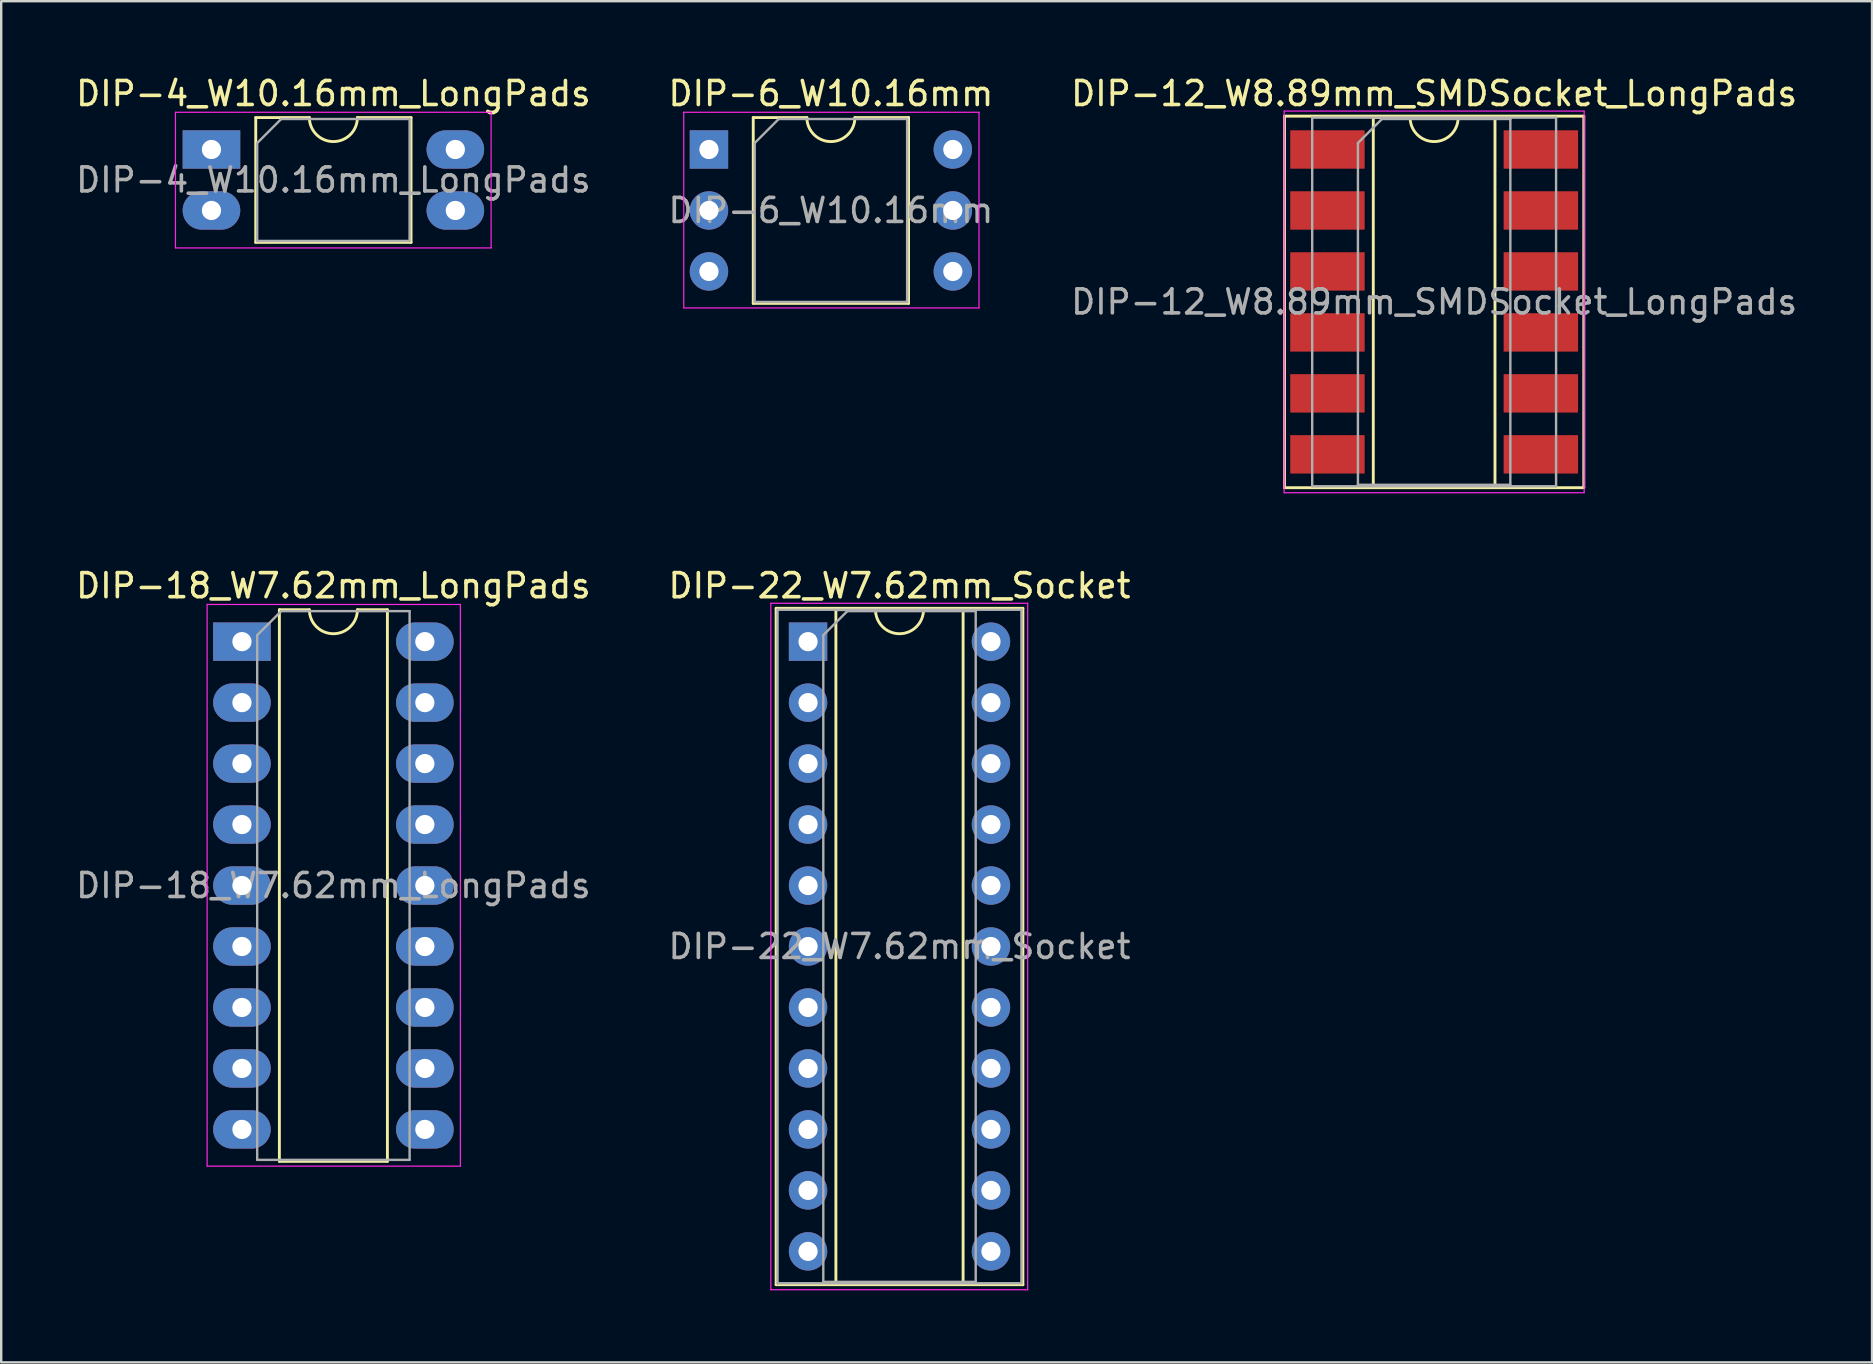
<source format=kicad_pcb>
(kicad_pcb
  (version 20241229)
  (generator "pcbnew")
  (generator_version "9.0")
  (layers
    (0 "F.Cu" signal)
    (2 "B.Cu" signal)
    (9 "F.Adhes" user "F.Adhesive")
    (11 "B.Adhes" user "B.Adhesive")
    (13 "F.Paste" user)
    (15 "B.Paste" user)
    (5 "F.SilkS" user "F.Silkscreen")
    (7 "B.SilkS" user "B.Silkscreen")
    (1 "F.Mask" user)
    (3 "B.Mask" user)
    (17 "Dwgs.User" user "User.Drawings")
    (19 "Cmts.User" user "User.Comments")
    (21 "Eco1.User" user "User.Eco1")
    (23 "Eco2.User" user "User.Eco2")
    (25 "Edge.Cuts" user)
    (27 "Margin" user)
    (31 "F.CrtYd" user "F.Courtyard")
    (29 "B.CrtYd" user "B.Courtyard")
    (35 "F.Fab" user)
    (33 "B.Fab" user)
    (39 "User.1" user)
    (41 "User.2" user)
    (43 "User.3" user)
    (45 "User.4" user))
  (footprint "DIP-12_W8.89mm_SMDSocket_LongPads"
    (layer "F.Cu")
    (at 56.696 9.528)
    (property "Reference" "DIP-12_W8.89mm_SMDSocket_LongPads" (at 0 -8.68 0) (layer "F.SilkS") (effects (font (size 1 1) (thickness 0.15))))
    (attr smd)
    (fp_line (start -6.235 -7.74) (end -6.235 7.74) (stroke (width 0.12) (type solid)) (layer "F.SilkS"))
    (fp_line (start -6.235 7.74) (end 6.235 7.74) (stroke (width 0.12) (type solid)) (layer "F.SilkS"))
    (fp_line (start -2.535 -7.68) (end -2.535 7.68) (stroke (width 0.12) (type solid)) (layer "F.SilkS"))
    (fp_line (start -2.535 7.68) (end 2.535 7.68) (stroke (width 0.12) (type solid)) (layer "F.SilkS"))
    (fp_line (start -1 -7.68) (end -2.535 -7.68) (stroke (width 0.12) (type solid)) (layer "F.SilkS"))
    (fp_line (start 2.535 -7.68) (end 1 -7.68) (stroke (width 0.12) (type solid)) (layer "F.SilkS"))
    (fp_line (start 2.535 7.68) (end 2.535 -7.68) (stroke (width 0.12) (type solid)) (layer "F.SilkS"))
    (fp_line (start 6.235 -7.74) (end -6.235 -7.74) (stroke (width 0.12) (type solid)) (layer "F.SilkS"))
    (fp_line (start 6.235 7.74) (end 6.235 -7.74) (stroke (width 0.12) (type solid)) (layer "F.SilkS"))
    (fp_arc (start 1 -7.68) (mid 0 -6.68) (end -1 -7.68) (stroke (width 0.12) (type solid)) (layer "F.SilkS"))
    (fp_line (start -6.25 -7.95) (end -6.25 7.95) (stroke (width 0.05) (type solid)) (layer "F.CrtYd"))
    (fp_line (start -6.25 7.95) (end 6.25 7.95) (stroke (width 0.05) (type solid)) (layer "F.CrtYd"))
    (fp_line (start 6.25 -7.95) (end -6.25 -7.95) (stroke (width 0.05) (type solid)) (layer "F.CrtYd"))
    (fp_line (start 6.25 7.95) (end 6.25 -7.95) (stroke (width 0.05) (type solid)) (layer "F.CrtYd"))
    (fp_line (start -5.08 -7.68) (end -5.08 7.68) (stroke (width 0.1) (type solid)) (layer "F.Fab"))
    (fp_line (start -5.08 7.68) (end 5.08 7.68) (stroke (width 0.1) (type solid)) (layer "F.Fab"))
    (fp_line (start -3.175 -6.62) (end -2.175 -7.62) (stroke (width 0.1) (type solid)) (layer "F.Fab"))
    (fp_line (start -3.175 7.62) (end -3.175 -6.62) (stroke (width 0.1) (type solid)) (layer "F.Fab"))
    (fp_line (start -2.175 -7.62) (end 3.175 -7.62) (stroke (width 0.1) (type solid)) (layer "F.Fab"))
    (fp_line (start 3.175 -7.62) (end 3.175 7.62) (stroke (width 0.1) (type solid)) (layer "F.Fab"))
    (fp_line (start 3.175 7.62) (end -3.175 7.62) (stroke (width 0.1) (type solid)) (layer "F.Fab"))
    (fp_line (start 5.08 -7.68) (end -5.08 -7.68) (stroke (width 0.1) (type solid)) (layer "F.Fab"))
    (fp_line (start 5.08 7.68) (end 5.08 -7.68) (stroke (width 0.1) (type solid)) (layer "F.Fab"))
    (fp_text user "${REFERENCE}" (at 0 0 0) (layer "F.Fab") (effects (font (size 1 1) (thickness 0.15))))
    (pad "1" smd rect (at -4.445 -6.35) (size 3.1 1.6) (layers "F.Cu" "F.Mask" "F.Paste"))
    (pad "2" smd rect (at -4.445 -3.81) (size 3.1 1.6) (layers "F.Cu" "F.Mask" "F.Paste"))
    (pad "3" smd rect (at -4.445 -1.27) (size 3.1 1.6) (layers "F.Cu" "F.Mask" "F.Paste"))
    (pad "4" smd rect (at -4.445 1.27) (size 3.1 1.6) (layers "F.Cu" "F.Mask" "F.Paste"))
    (pad "5" smd rect (at -4.445 3.81) (size 3.1 1.6) (layers "F.Cu" "F.Mask" "F.Paste"))
    (pad "6" smd rect (at -4.445 6.35) (size 3.1 1.6) (layers "F.Cu" "F.Mask" "F.Paste"))
    (pad "7" smd rect (at 4.445 6.35) (size 3.1 1.6) (layers "F.Cu" "F.Mask" "F.Paste"))
    (pad "8" smd rect (at 4.445 3.81) (size 3.1 1.6) (layers "F.Cu" "F.Mask" "F.Paste"))
    (pad "9" smd rect (at 4.445 1.27) (size 3.1 1.6) (layers "F.Cu" "F.Mask" "F.Paste"))
    (pad "10" smd rect (at 4.445 -1.27) (size 3.1 1.6) (layers "F.Cu" "F.Mask" "F.Paste"))
    (pad "11" smd rect (at 4.445 -3.81) (size 3.1 1.6) (layers "F.Cu" "F.Mask" "F.Paste"))
    (pad "12" smd rect (at 4.445 -6.35) (size 3.1 1.6) (layers "F.Cu" "F.Mask" "F.Paste")))
  (footprint "DIP-22_W7.62mm_Socket"
    (layer "F.Cu")
    (at 30.613 23.681)
    (property "Reference" "DIP-22_W7.62mm_Socket" (at 3.81 -2.33 0) (layer "F.SilkS") (effects (font (size 1 1) (thickness 0.15))))
    (attr through_hole)
    (fp_line (start -1.33 -1.39) (end -1.33 26.79) (stroke (width 0.12) (type solid)) (layer "F.SilkS"))
    (fp_line (start -1.33 26.79) (end 8.95 26.79) (stroke (width 0.12) (type solid)) (layer "F.SilkS"))
    (fp_line (start 1.16 -1.33) (end 1.16 26.73) (stroke (width 0.12) (type solid)) (layer "F.SilkS"))
    (fp_line (start 1.16 26.73) (end 6.46 26.73) (stroke (width 0.12) (type solid)) (layer "F.SilkS"))
    (fp_line (start 2.81 -1.33) (end 1.16 -1.33) (stroke (width 0.12) (type solid)) (layer "F.SilkS"))
    (fp_line (start 6.46 -1.33) (end 4.81 -1.33) (stroke (width 0.12) (type solid)) (layer "F.SilkS"))
    (fp_line (start 6.46 26.73) (end 6.46 -1.33) (stroke (width 0.12) (type solid)) (layer "F.SilkS"))
    (fp_line (start 8.95 -1.39) (end -1.33 -1.39) (stroke (width 0.12) (type solid)) (layer "F.SilkS"))
    (fp_line (start 8.95 26.79) (end 8.95 -1.39) (stroke (width 0.12) (type solid)) (layer "F.SilkS"))
    (fp_arc (start 4.81 -1.33) (mid 3.81 -0.33) (end 2.81 -1.33) (stroke (width 0.12) (type solid)) (layer "F.SilkS"))
    (fp_line (start -1.55 -1.6) (end -1.55 27) (stroke (width 0.05) (type solid)) (layer "F.CrtYd"))
    (fp_line (start -1.55 27) (end 9.15 27) (stroke (width 0.05) (type solid)) (layer "F.CrtYd"))
    (fp_line (start 9.15 -1.6) (end -1.55 -1.6) (stroke (width 0.05) (type solid)) (layer "F.CrtYd"))
    (fp_line (start 9.15 27) (end 9.15 -1.6) (stroke (width 0.05) (type solid)) (layer "F.CrtYd"))
    (fp_line (start -1.27 -1.33) (end -1.27 26.73) (stroke (width 0.1) (type solid)) (layer "F.Fab"))
    (fp_line (start -1.27 26.73) (end 8.89 26.73) (stroke (width 0.1) (type solid)) (layer "F.Fab"))
    (fp_line (start 0.635 -0.27) (end 1.635 -1.27) (stroke (width 0.1) (type solid)) (layer "F.Fab"))
    (fp_line (start 0.635 26.67) (end 0.635 -0.27) (stroke (width 0.1) (type solid)) (layer "F.Fab"))
    (fp_line (start 1.635 -1.27) (end 6.985 -1.27) (stroke (width 0.1) (type solid)) (layer "F.Fab"))
    (fp_line (start 6.985 -1.27) (end 6.985 26.67) (stroke (width 0.1) (type solid)) (layer "F.Fab"))
    (fp_line (start 6.985 26.67) (end 0.635 26.67) (stroke (width 0.1) (type solid)) (layer "F.Fab"))
    (fp_line (start 8.89 -1.33) (end -1.27 -1.33) (stroke (width 0.1) (type solid)) (layer "F.Fab"))
    (fp_line (start 8.89 26.73) (end 8.89 -1.33) (stroke (width 0.1) (type solid)) (layer "F.Fab"))
    (fp_text user "${REFERENCE}" (at 3.81 12.7 0) (layer "F.Fab") (effects (font (size 1 1) (thickness 0.15))))
    (pad "1" thru_hole rect (at 0 0) (size 1.6 1.6) (drill 0.8) (layers "*.Cu" "*.Mask"))
    (pad "2" thru_hole oval (at 0 2.54) (size 1.6 1.6) (drill 0.8) (layers "*.Cu" "*.Mask"))
    (pad "3" thru_hole oval (at 0 5.08) (size 1.6 1.6) (drill 0.8) (layers "*.Cu" "*.Mask"))
    (pad "4" thru_hole oval (at 0 7.62) (size 1.6 1.6) (drill 0.8) (layers "*.Cu" "*.Mask"))
    (pad "5" thru_hole oval (at 0 10.16) (size 1.6 1.6) (drill 0.8) (layers "*.Cu" "*.Mask"))
    (pad "6" thru_hole oval (at 0 12.7) (size 1.6 1.6) (drill 0.8) (layers "*.Cu" "*.Mask"))
    (pad "7" thru_hole oval (at 0 15.24) (size 1.6 1.6) (drill 0.8) (layers "*.Cu" "*.Mask"))
    (pad "8" thru_hole oval (at 0 17.78) (size 1.6 1.6) (drill 0.8) (layers "*.Cu" "*.Mask"))
    (pad "9" thru_hole oval (at 0 20.32) (size 1.6 1.6) (drill 0.8) (layers "*.Cu" "*.Mask"))
    (pad "10" thru_hole oval (at 0 22.86) (size 1.6 1.6) (drill 0.8) (layers "*.Cu" "*.Mask"))
    (pad "11" thru_hole oval (at 0 25.4) (size 1.6 1.6) (drill 0.8) (layers "*.Cu" "*.Mask"))
    (pad "12" thru_hole oval (at 7.62 25.4) (size 1.6 1.6) (drill 0.8) (layers "*.Cu" "*.Mask"))
    (pad "13" thru_hole oval (at 7.62 22.86) (size 1.6 1.6) (drill 0.8) (layers "*.Cu" "*.Mask"))
    (pad "14" thru_hole oval (at 7.62 20.32) (size 1.6 1.6) (drill 0.8) (layers "*.Cu" "*.Mask"))
    (pad "15" thru_hole oval (at 7.62 17.78) (size 1.6 1.6) (drill 0.8) (layers "*.Cu" "*.Mask"))
    (pad "16" thru_hole oval (at 7.62 15.24) (size 1.6 1.6) (drill 0.8) (layers "*.Cu" "*.Mask"))
    (pad "17" thru_hole oval (at 7.62 12.7) (size 1.6 1.6) (drill 0.8) (layers "*.Cu" "*.Mask"))
    (pad "18" thru_hole oval (at 7.62 10.16) (size 1.6 1.6) (drill 0.8) (layers "*.Cu" "*.Mask"))
    (pad "19" thru_hole oval (at 7.62 7.62) (size 1.6 1.6) (drill 0.8) (layers "*.Cu" "*.Mask"))
    (pad "20" thru_hole oval (at 7.62 5.08) (size 1.6 1.6) (drill 0.8) (layers "*.Cu" "*.Mask"))
    (pad "21" thru_hole oval (at 7.62 2.54) (size 1.6 1.6) (drill 0.8) (layers "*.Cu" "*.Mask"))
    (pad "22" thru_hole oval (at 7.62 0) (size 1.6 1.6) (drill 0.8) (layers "*.Cu" "*.Mask")))
  (footprint "DIP-6_W10.16mm"
    (layer "F.Cu")
    (at 26.485 3.178)
    (property "Reference" "DIP-6_W10.16mm" (at 5.08 -2.33 0) (layer "F.SilkS") (effects (font (size 1 1) (thickness 0.15))))
    (attr through_hole)
    (fp_line (start 1.845 -1.33) (end 1.845 6.41) (stroke (width 0.12) (type solid)) (layer "F.SilkS"))
    (fp_line (start 1.845 6.41) (end 8.315 6.41) (stroke (width 0.12) (type solid)) (layer "F.SilkS"))
    (fp_line (start 4.08 -1.33) (end 1.845 -1.33) (stroke (width 0.12) (type solid)) (layer "F.SilkS"))
    (fp_line (start 8.315 -1.33) (end 6.08 -1.33) (stroke (width 0.12) (type solid)) (layer "F.SilkS"))
    (fp_line (start 8.315 6.41) (end 8.315 -1.33) (stroke (width 0.12) (type solid)) (layer "F.SilkS"))
    (fp_arc (start 6.08 -1.33) (mid 5.08 -0.33) (end 4.08 -1.33) (stroke (width 0.12) (type solid)) (layer "F.SilkS"))
    (fp_line (start -1.05 -1.55) (end -1.05 6.6) (stroke (width 0.05) (type solid)) (layer "F.CrtYd"))
    (fp_line (start -1.05 6.6) (end 11.25 6.6) (stroke (width 0.05) (type solid)) (layer "F.CrtYd"))
    (fp_line (start 11.25 -1.55) (end -1.05 -1.55) (stroke (width 0.05) (type solid)) (layer "F.CrtYd"))
    (fp_line (start 11.25 6.6) (end 11.25 -1.55) (stroke (width 0.05) (type solid)) (layer "F.CrtYd"))
    (fp_line (start 1.905 -0.27) (end 2.905 -1.27) (stroke (width 0.1) (type solid)) (layer "F.Fab"))
    (fp_line (start 1.905 6.35) (end 1.905 -0.27) (stroke (width 0.1) (type solid)) (layer "F.Fab"))
    (fp_line (start 2.905 -1.27) (end 8.255 -1.27) (stroke (width 0.1) (type solid)) (layer "F.Fab"))
    (fp_line (start 8.255 -1.27) (end 8.255 6.35) (stroke (width 0.1) (type solid)) (layer "F.Fab"))
    (fp_line (start 8.255 6.35) (end 1.905 6.35) (stroke (width 0.1) (type solid)) (layer "F.Fab"))
    (fp_text user "${REFERENCE}" (at 5.08 2.54 0) (layer "F.Fab") (effects (font (size 1 1) (thickness 0.15))))
    (pad "1" thru_hole rect (at 0 0) (size 1.6 1.6) (drill 0.8) (layers "*.Cu" "*.Mask"))
    (pad "2" thru_hole oval (at 0 2.54) (size 1.6 1.6) (drill 0.8) (layers "*.Cu" "*.Mask"))
    (pad "3" thru_hole oval (at 0 5.08) (size 1.6 1.6) (drill 0.8) (layers "*.Cu" "*.Mask"))
    (pad "4" thru_hole oval (at 10.16 5.08) (size 1.6 1.6) (drill 0.8) (layers "*.Cu" "*.Mask"))
    (pad "5" thru_hole oval (at 10.16 2.54) (size 1.6 1.6) (drill 0.8) (layers "*.Cu" "*.Mask"))
    (pad "6" thru_hole oval (at 10.16 0) (size 1.6 1.6) (drill 0.8) (layers "*.Cu" "*.Mask")))
  (footprint "DIP-18_W7.62mm_LongPads"
    (layer "F.Cu")
    (at 7.029 23.681)
    (property "Reference" "DIP-18_W7.62mm_LongPads" (at 3.81 -2.33 0) (layer "F.SilkS") (effects (font (size 1 1) (thickness 0.15))))
    (attr through_hole)
    (fp_line (start 1.56 -1.33) (end 1.56 21.65) (stroke (width 0.12) (type solid)) (layer "F.SilkS"))
    (fp_line (start 1.56 21.65) (end 6.06 21.65) (stroke (width 0.12) (type solid)) (layer "F.SilkS"))
    (fp_line (start 2.81 -1.33) (end 1.56 -1.33) (stroke (width 0.12) (type solid)) (layer "F.SilkS"))
    (fp_line (start 6.06 -1.33) (end 4.81 -1.33) (stroke (width 0.12) (type solid)) (layer "F.SilkS"))
    (fp_line (start 6.06 21.65) (end 6.06 -1.33) (stroke (width 0.12) (type solid)) (layer "F.SilkS"))
    (fp_arc (start 4.81 -1.33) (mid 3.81 -0.33) (end 2.81 -1.33) (stroke (width 0.12) (type solid)) (layer "F.SilkS"))
    (fp_line (start -1.45 -1.55) (end -1.45 21.85) (stroke (width 0.05) (type solid)) (layer "F.CrtYd"))
    (fp_line (start -1.45 21.85) (end 9.1 21.85) (stroke (width 0.05) (type solid)) (layer "F.CrtYd"))
    (fp_line (start 9.1 -1.55) (end -1.45 -1.55) (stroke (width 0.05) (type solid)) (layer "F.CrtYd"))
    (fp_line (start 9.1 21.85) (end 9.1 -1.55) (stroke (width 0.05) (type solid)) (layer "F.CrtYd"))
    (fp_line (start 0.635 -0.27) (end 1.635 -1.27) (stroke (width 0.1) (type solid)) (layer "F.Fab"))
    (fp_line (start 0.635 21.59) (end 0.635 -0.27) (stroke (width 0.1) (type solid)) (layer "F.Fab"))
    (fp_line (start 1.635 -1.27) (end 6.985 -1.27) (stroke (width 0.1) (type solid)) (layer "F.Fab"))
    (fp_line (start 6.985 -1.27) (end 6.985 21.59) (stroke (width 0.1) (type solid)) (layer "F.Fab"))
    (fp_line (start 6.985 21.59) (end 0.635 21.59) (stroke (width 0.1) (type solid)) (layer "F.Fab"))
    (fp_text user "${REFERENCE}" (at 3.81 10.16 0) (layer "F.Fab") (effects (font (size 1 1) (thickness 0.15))))
    (pad "1" thru_hole rect (at 0 0) (size 2.4 1.6) (drill 0.8) (layers "*.Cu" "*.Mask"))
    (pad "2" thru_hole oval (at 0 2.54) (size 2.4 1.6) (drill 0.8) (layers "*.Cu" "*.Mask"))
    (pad "3" thru_hole oval (at 0 5.08) (size 2.4 1.6) (drill 0.8) (layers "*.Cu" "*.Mask"))
    (pad "4" thru_hole oval (at 0 7.62) (size 2.4 1.6) (drill 0.8) (layers "*.Cu" "*.Mask"))
    (pad "5" thru_hole oval (at 0 10.16) (size 2.4 1.6) (drill 0.8) (layers "*.Cu" "*.Mask"))
    (pad "6" thru_hole oval (at 0 12.7) (size 2.4 1.6) (drill 0.8) (layers "*.Cu" "*.Mask"))
    (pad "7" thru_hole oval (at 0 15.24) (size 2.4 1.6) (drill 0.8) (layers "*.Cu" "*.Mask"))
    (pad "8" thru_hole oval (at 0 17.78) (size 2.4 1.6) (drill 0.8) (layers "*.Cu" "*.Mask"))
    (pad "9" thru_hole oval (at 0 20.32) (size 2.4 1.6) (drill 0.8) (layers "*.Cu" "*.Mask"))
    (pad "10" thru_hole oval (at 7.62 20.32) (size 2.4 1.6) (drill 0.8) (layers "*.Cu" "*.Mask"))
    (pad "11" thru_hole oval (at 7.62 17.78) (size 2.4 1.6) (drill 0.8) (layers "*.Cu" "*.Mask"))
    (pad "12" thru_hole oval (at 7.62 15.24) (size 2.4 1.6) (drill 0.8) (layers "*.Cu" "*.Mask"))
    (pad "13" thru_hole oval (at 7.62 12.7) (size 2.4 1.6) (drill 0.8) (layers "*.Cu" "*.Mask"))
    (pad "14" thru_hole oval (at 7.62 10.16) (size 2.4 1.6) (drill 0.8) (layers "*.Cu" "*.Mask"))
    (pad "15" thru_hole oval (at 7.62 7.62) (size 2.4 1.6) (drill 0.8) (layers "*.Cu" "*.Mask"))
    (pad "16" thru_hole oval (at 7.62 5.08) (size 2.4 1.6) (drill 0.8) (layers "*.Cu" "*.Mask"))
    (pad "17" thru_hole oval (at 7.62 2.54) (size 2.4 1.6) (drill 0.8) (layers "*.Cu" "*.Mask"))
    (pad "18" thru_hole oval (at 7.62 0) (size 2.4 1.6) (drill 0.8) (layers "*.Cu" "*.Mask")))
  (footprint "DIP-4_W10.16mm_LongPads"
    (layer "F.Cu")
    (at 5.759 3.178)
    (property "Reference" "DIP-4_W10.16mm_LongPads" (at 5.08 -2.33 0) (layer "F.SilkS") (effects (font (size 1 1) (thickness 0.15))))
    (attr through_hole)
    (fp_line (start 1.845 -1.33) (end 1.845 3.87) (stroke (width 0.12) (type solid)) (layer "F.SilkS"))
    (fp_line (start 1.845 3.87) (end 8.315 3.87) (stroke (width 0.12) (type solid)) (layer "F.SilkS"))
    (fp_line (start 4.08 -1.33) (end 1.845 -1.33) (stroke (width 0.12) (type solid)) (layer "F.SilkS"))
    (fp_line (start 8.315 -1.33) (end 6.08 -1.33) (stroke (width 0.12) (type solid)) (layer "F.SilkS"))
    (fp_line (start 8.315 3.87) (end 8.315 -1.33) (stroke (width 0.12) (type solid)) (layer "F.SilkS"))
    (fp_arc (start 6.08 -1.33) (mid 5.08 -0.33) (end 4.08 -1.33) (stroke (width 0.12) (type solid)) (layer "F.SilkS"))
    (fp_line (start -1.5 -1.55) (end -1.5 4.1) (stroke (width 0.05) (type solid)) (layer "F.CrtYd"))
    (fp_line (start -1.5 4.1) (end 11.65 4.1) (stroke (width 0.05) (type solid)) (layer "F.CrtYd"))
    (fp_line (start 11.65 -1.55) (end -1.5 -1.55) (stroke (width 0.05) (type solid)) (layer "F.CrtYd"))
    (fp_line (start 11.65 4.1) (end 11.65 -1.55) (stroke (width 0.05) (type solid)) (layer "F.CrtYd"))
    (fp_line (start 1.905 -0.27) (end 2.905 -1.27) (stroke (width 0.1) (type solid)) (layer "F.Fab"))
    (fp_line (start 1.905 3.81) (end 1.905 -0.27) (stroke (width 0.1) (type solid)) (layer "F.Fab"))
    (fp_line (start 2.905 -1.27) (end 8.255 -1.27) (stroke (width 0.1) (type solid)) (layer "F.Fab"))
    (fp_line (start 8.255 -1.27) (end 8.255 3.81) (stroke (width 0.1) (type solid)) (layer "F.Fab"))
    (fp_line (start 8.255 3.81) (end 1.905 3.81) (stroke (width 0.1) (type solid)) (layer "F.Fab"))
    (fp_text user "${REFERENCE}" (at 5.08 1.27 0) (layer "F.Fab") (effects (font (size 1 1) (thickness 0.15))))
    (pad "1" thru_hole rect (at 0 0) (size 2.4 1.6) (drill 0.8) (layers "*.Cu" "*.Mask"))
    (pad "2" thru_hole oval (at 0 2.54) (size 2.4 1.6) (drill 0.8) (layers "*.Cu" "*.Mask"))
    (pad "3" thru_hole oval (at 10.16 2.54) (size 2.4 1.6) (drill 0.8) (layers "*.Cu" "*.Mask"))
    (pad "4" thru_hole oval (at 10.16 0) (size 2.4 1.6) (drill 0.8) (layers "*.Cu" "*.Mask")))
  (gr_rect
    (start -3 -3)
    (end 74.94 53.706)
    (stroke (width 0.1) (type default))
    (fill no)
    (layer "Edge.Cuts")))
</source>
